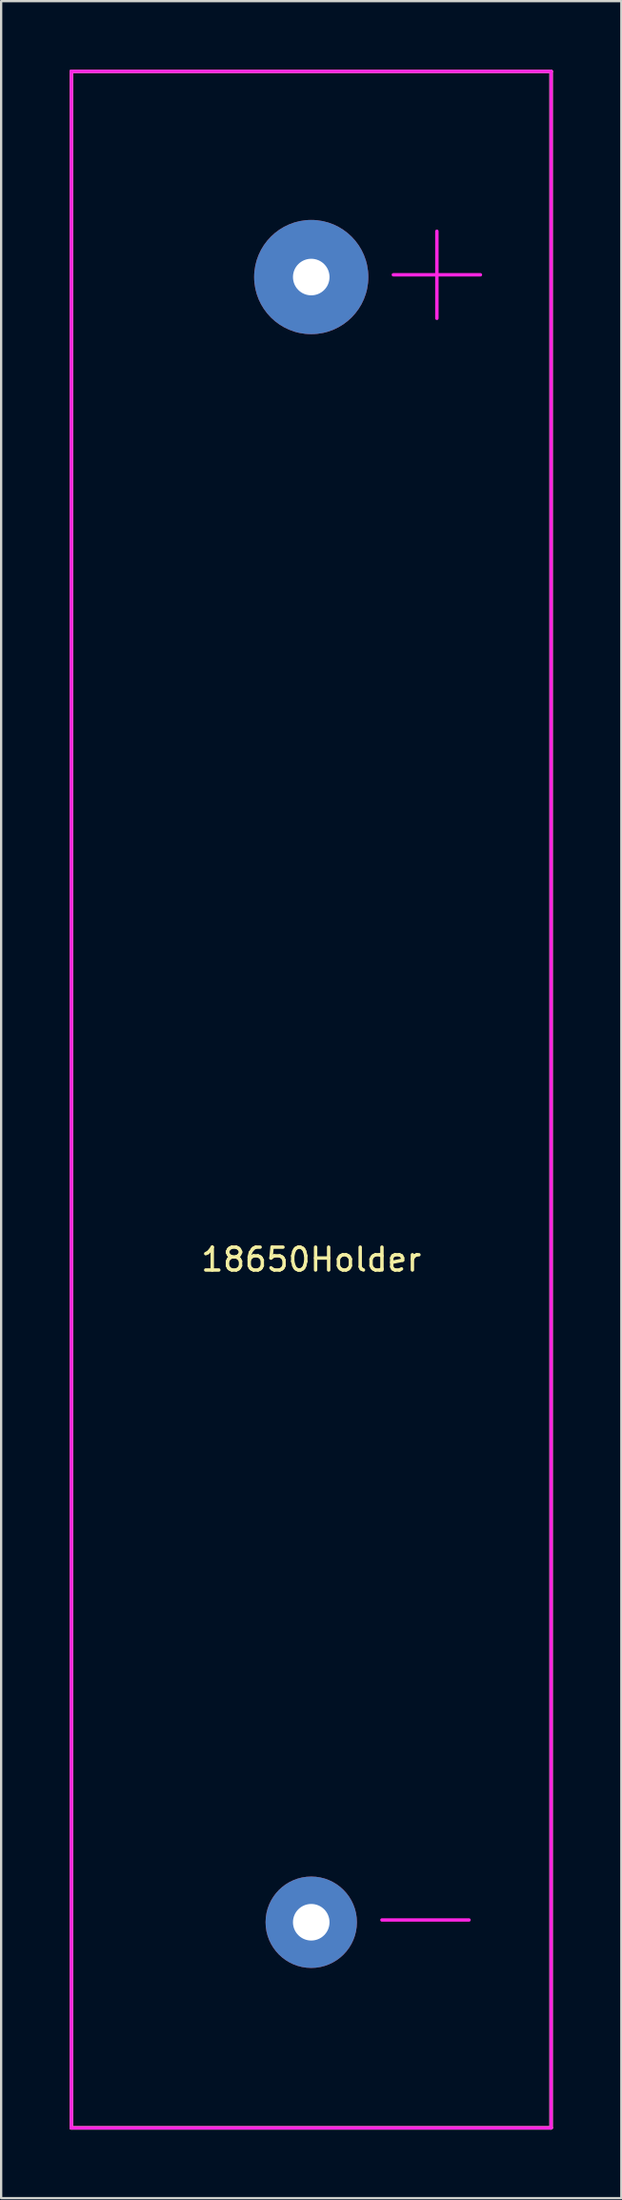
<source format=kicad_pcb>
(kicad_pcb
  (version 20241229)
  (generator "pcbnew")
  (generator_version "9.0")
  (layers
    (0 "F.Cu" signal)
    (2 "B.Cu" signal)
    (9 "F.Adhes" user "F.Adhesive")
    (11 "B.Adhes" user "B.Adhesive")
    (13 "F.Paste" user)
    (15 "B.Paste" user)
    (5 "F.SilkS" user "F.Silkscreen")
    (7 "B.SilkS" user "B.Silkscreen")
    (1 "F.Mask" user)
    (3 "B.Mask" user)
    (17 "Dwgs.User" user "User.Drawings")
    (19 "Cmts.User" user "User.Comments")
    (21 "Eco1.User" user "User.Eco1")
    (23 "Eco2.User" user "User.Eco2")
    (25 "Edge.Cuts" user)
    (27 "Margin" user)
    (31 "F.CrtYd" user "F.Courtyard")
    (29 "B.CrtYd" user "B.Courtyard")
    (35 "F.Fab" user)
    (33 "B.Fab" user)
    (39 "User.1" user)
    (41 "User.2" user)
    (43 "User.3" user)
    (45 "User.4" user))
  (footprint "18650Holder"
    (layer "F.Cu")
    (at 10.575 50.075)
    (property "Reference" "18650Holder" (at 0 2 0) (layer "F.SilkS") (effects (font (size 1 1) (thickness 0.15))))
    (attr through_hole)
    (fp_line (start -10.5 -50) (end 10.5 -50) (stroke (width 0.15) (type solid)) (layer "F.SilkS"))
    (fp_line (start -10.5 40) (end -10.5 -50) (stroke (width 0.15) (type solid)) (layer "F.SilkS"))
    (fp_line (start 10.5 -50) (end 10.5 40) (stroke (width 0.15) (type solid)) (layer "F.SilkS"))
    (fp_line (start 10.5 40) (end -10.5 40) (stroke (width 0.15) (type solid)) (layer "F.SilkS"))
    (fp_line (start -10.5 -50) (end 10.5 -50) (stroke (width 0.15) (type solid)) (layer "F.CrtYd"))
    (fp_line (start -10.5 40) (end -10.5 -50) (stroke (width 0.15) (type solid)) (layer "F.CrtYd"))
    (fp_line (start 10.5 -50) (end 10.5 40) (stroke (width 0.15) (type solid)) (layer "F.CrtYd"))
    (fp_line (start 10.5 40) (end -10.5 40) (stroke (width 0.15) (type solid)) (layer "F.CrtYd"))
    (fp_text user "-" (at 5 30.5 0) (layer "F.CrtYd") (effects (font (size 5 5) (thickness 0.15))))
    (fp_text user "+" (at 5.5 -41.5 0) (layer "F.CrtYd") (effects (font (size 5 5) (thickness 0.15))))
    (pad "1" thru_hole circle (at 0 31) (size 4 4) (drill 1.6) (layers "*.Cu" "*.Mask"))
    (pad "2" thru_hole circle (at 0 -41) (size 5 5) (drill 1.6) (layers "*.Cu" "*.Mask")))
  (gr_rect
    (start -3 -3)
    (end 24.15 93.15)
    (stroke (width 0.1) (type default))
    (fill no)
    (layer "Edge.Cuts")))
</source>
